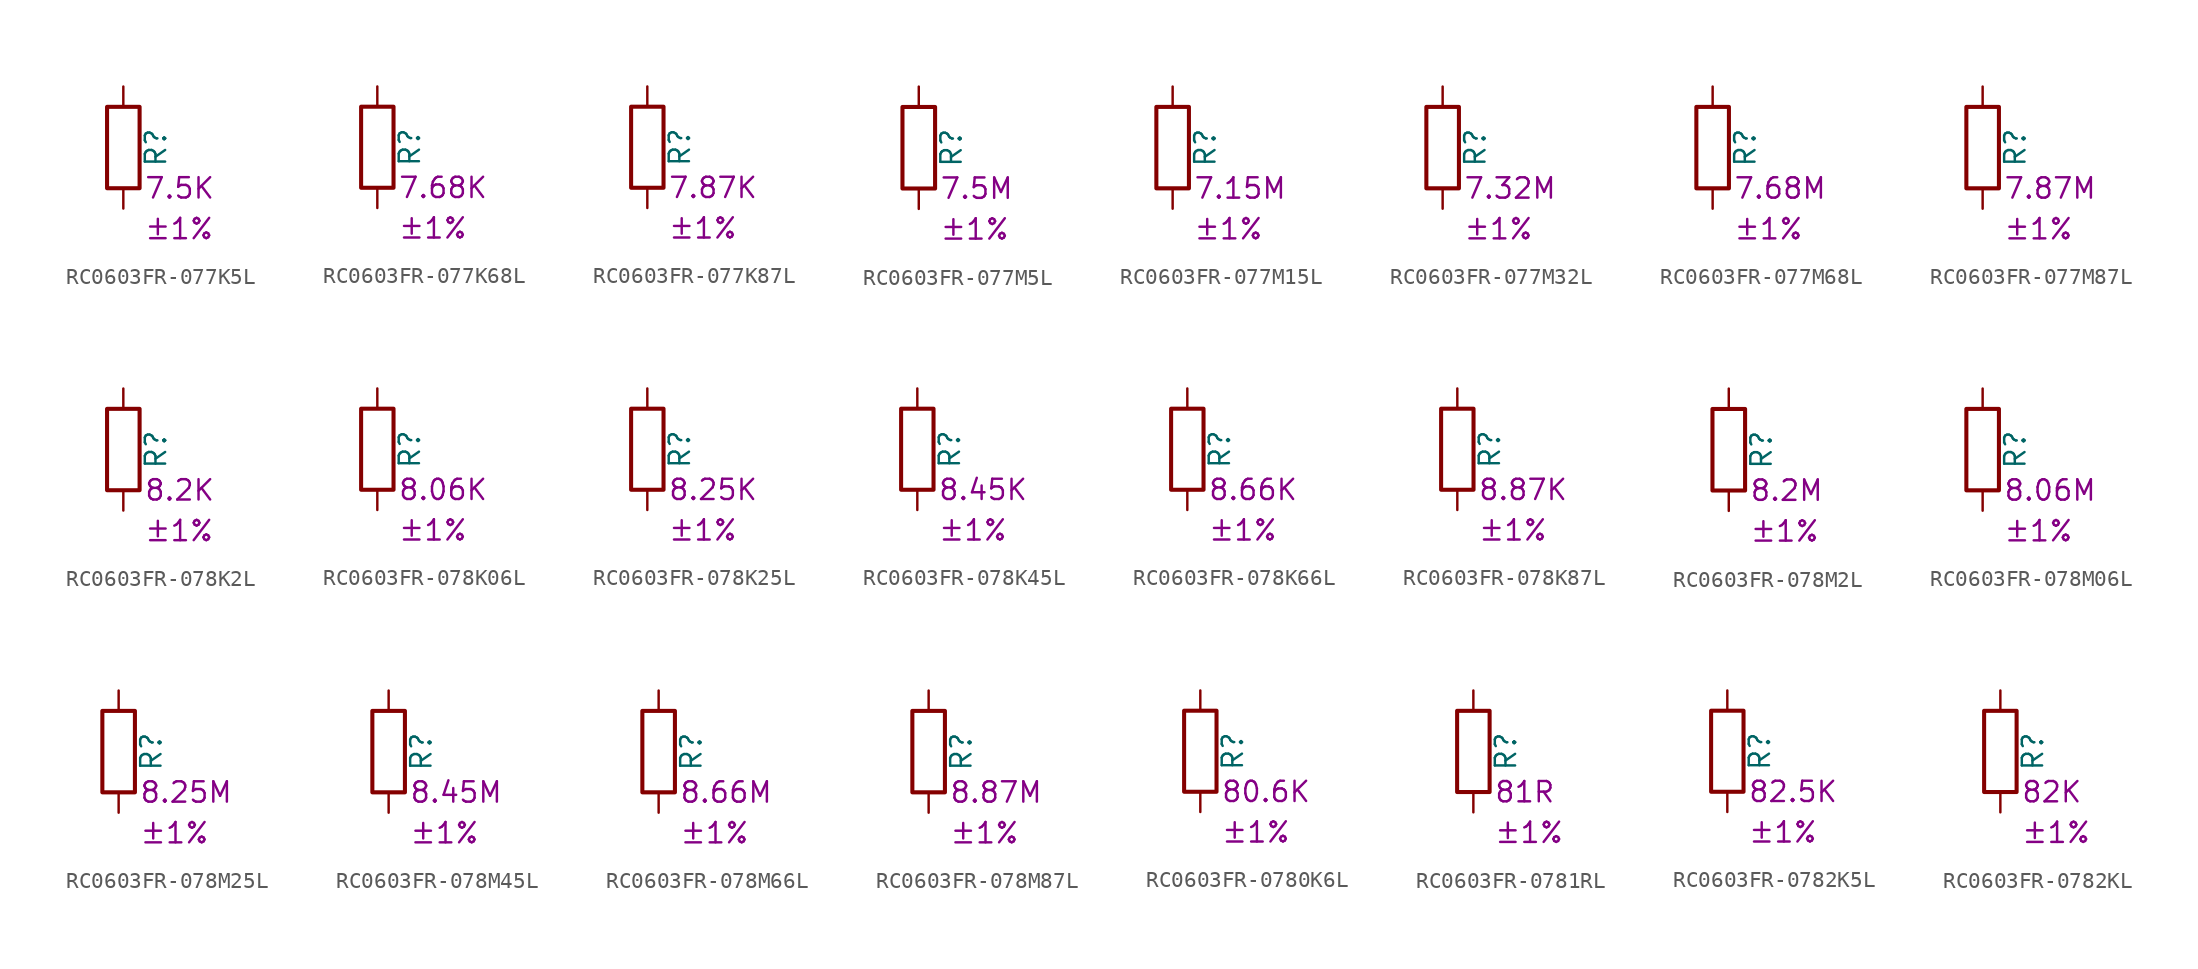
<source format=kicad_sym>
(kicad_symbol_lib
  (version 20220914)
  (generator kicad_symbol_editor)
  (symbol "RC0603FR-077K5L"
    (pin_numbers hide)
    (pin_names
      (offset 0))
    (property "Reference" "R"
      (at 2.032 0 90)
      (effects (font (size 1.27 1.27))))
    (property "Resistance" "7.5K"
      (at 1.27 -2.54 0)
      (effects (font (size 1.27 1.27)) (justify left)))
    (property "Tolerance" "±1%"
      (at 1.27 -5.08 0)
      (effects (font (size 1.27 1.27)) (justify left)))
    (symbol "RC0603FR-077K5L_0_1"
      (rectangle (start -1.016 -2.54) (end 1.016 2.54) (stroke (width 0.254) (type default)) (fill (type none))))
    (symbol "RC0603FR-077K5L_1_1"
      (pin passive line (at 0 3.81 270) (length 1.27) (name "~" (effects (font (size 1.27 1.27)))) (number "1" (effects (font (size 1.27 1.27)))))
      (pin passive line (at 0 -3.81 90) (length 1.27) (name "~" (effects (font (size 1.27 1.27)))) (number "2" (effects (font (size 1.27 1.27)))))))
  (symbol "RC0603FR-077K68L"
    (pin_numbers hide)
    (pin_names
      (offset 0))
    (property "Reference" "R"
      (at 2.032 0 90)
      (effects (font (size 1.27 1.27))))
    (property "Resistance" "7.68K"
      (at 1.27 -2.54 0)
      (effects (font (size 1.27 1.27)) (justify left)))
    (property "Tolerance" "±1%"
      (at 1.27 -5.08 0)
      (effects (font (size 1.27 1.27)) (justify left)))
    (symbol "RC0603FR-077K68L_0_1"
      (rectangle (start -1.016 -2.54) (end 1.016 2.54) (stroke (width 0.254) (type default)) (fill (type none))))
    (symbol "RC0603FR-077K68L_1_1"
      (pin passive line (at 0 3.81 270) (length 1.27) (name "~" (effects (font (size 1.27 1.27)))) (number "1" (effects (font (size 1.27 1.27)))))
      (pin passive line (at 0 -3.81 90) (length 1.27) (name "~" (effects (font (size 1.27 1.27)))) (number "2" (effects (font (size 1.27 1.27)))))))
  (symbol "RC0603FR-077K87L"
    (pin_numbers hide)
    (pin_names
      (offset 0))
    (property "Reference" "R"
      (at 2.032 0 90)
      (effects (font (size 1.27 1.27))))
    (property "Resistance" "7.87K"
      (at 1.27 -2.54 0)
      (effects (font (size 1.27 1.27)) (justify left)))
    (property "Tolerance" "±1%"
      (at 1.27 -5.08 0)
      (effects (font (size 1.27 1.27)) (justify left)))
    (symbol "RC0603FR-077K87L_0_1"
      (rectangle (start -1.016 -2.54) (end 1.016 2.54) (stroke (width 0.254) (type default)) (fill (type none))))
    (symbol "RC0603FR-077K87L_1_1"
      (pin passive line (at 0 3.81 270) (length 1.27) (name "~" (effects (font (size 1.27 1.27)))) (number "1" (effects (font (size 1.27 1.27)))))
      (pin passive line (at 0 -3.81 90) (length 1.27) (name "~" (effects (font (size 1.27 1.27)))) (number "2" (effects (font (size 1.27 1.27)))))))
  (symbol "RC0603FR-077M5L"
    (pin_numbers hide)
    (pin_names
      (offset 0))
    (property "Reference" "R"
      (at 2.032 0 90)
      (effects (font (size 1.27 1.27))))
    (property "Resistance" "7.5M"
      (at 1.27 -2.54 0)
      (effects (font (size 1.27 1.27)) (justify left)))
    (property "Tolerance" "±1%"
      (at 1.27 -5.08 0)
      (effects (font (size 1.27 1.27)) (justify left)))
    (symbol "RC0603FR-077M5L_0_1"
      (rectangle (start -1.016 -2.54) (end 1.016 2.54) (stroke (width 0.254) (type default)) (fill (type none))))
    (symbol "RC0603FR-077M5L_1_1"
      (pin passive line (at 0 3.81 270) (length 1.27) (name "~" (effects (font (size 1.27 1.27)))) (number "1" (effects (font (size 1.27 1.27)))))
      (pin passive line (at 0 -3.81 90) (length 1.27) (name "~" (effects (font (size 1.27 1.27)))) (number "2" (effects (font (size 1.27 1.27)))))))
  (symbol "RC0603FR-077M15L"
    (pin_numbers hide)
    (pin_names
      (offset 0))
    (property "Reference" "R"
      (at 2.032 0 90)
      (effects (font (size 1.27 1.27))))
    (property "Resistance" "7.15M"
      (at 1.27 -2.54 0)
      (effects (font (size 1.27 1.27)) (justify left)))
    (property "Tolerance" "±1%"
      (at 1.27 -5.08 0)
      (effects (font (size 1.27 1.27)) (justify left)))
    (symbol "RC0603FR-077M15L_0_1"
      (rectangle (start -1.016 -2.54) (end 1.016 2.54) (stroke (width 0.254) (type default)) (fill (type none))))
    (symbol "RC0603FR-077M15L_1_1"
      (pin passive line (at 0 3.81 270) (length 1.27) (name "~" (effects (font (size 1.27 1.27)))) (number "1" (effects (font (size 1.27 1.27)))))
      (pin passive line (at 0 -3.81 90) (length 1.27) (name "~" (effects (font (size 1.27 1.27)))) (number "2" (effects (font (size 1.27 1.27)))))))
  (symbol "RC0603FR-077M32L"
    (pin_numbers hide)
    (pin_names
      (offset 0))
    (property "Reference" "R"
      (at 2.032 0 90)
      (effects (font (size 1.27 1.27))))
    (property "Resistance" "7.32M"
      (at 1.27 -2.54 0)
      (effects (font (size 1.27 1.27)) (justify left)))
    (property "Tolerance" "±1%"
      (at 1.27 -5.08 0)
      (effects (font (size 1.27 1.27)) (justify left)))
    (symbol "RC0603FR-077M32L_0_1"
      (rectangle (start -1.016 -2.54) (end 1.016 2.54) (stroke (width 0.254) (type default)) (fill (type none))))
    (symbol "RC0603FR-077M32L_1_1"
      (pin passive line (at 0 3.81 270) (length 1.27) (name "~" (effects (font (size 1.27 1.27)))) (number "1" (effects (font (size 1.27 1.27)))))
      (pin passive line (at 0 -3.81 90) (length 1.27) (name "~" (effects (font (size 1.27 1.27)))) (number "2" (effects (font (size 1.27 1.27)))))))
  (symbol "RC0603FR-077M68L"
    (pin_numbers hide)
    (pin_names
      (offset 0))
    (property "Reference" "R"
      (at 2.032 0 90)
      (effects (font (size 1.27 1.27))))
    (property "Resistance" "7.68M"
      (at 1.27 -2.54 0)
      (effects (font (size 1.27 1.27)) (justify left)))
    (property "Tolerance" "±1%"
      (at 1.27 -5.08 0)
      (effects (font (size 1.27 1.27)) (justify left)))
    (symbol "RC0603FR-077M68L_0_1"
      (rectangle (start -1.016 -2.54) (end 1.016 2.54) (stroke (width 0.254) (type default)) (fill (type none))))
    (symbol "RC0603FR-077M68L_1_1"
      (pin passive line (at 0 3.81 270) (length 1.27) (name "~" (effects (font (size 1.27 1.27)))) (number "1" (effects (font (size 1.27 1.27)))))
      (pin passive line (at 0 -3.81 90) (length 1.27) (name "~" (effects (font (size 1.27 1.27)))) (number "2" (effects (font (size 1.27 1.27)))))))
  (symbol "RC0603FR-077M87L"
    (pin_numbers hide)
    (pin_names
      (offset 0))
    (property "Reference" "R"
      (at 2.032 0 90)
      (effects (font (size 1.27 1.27))))
    (property "Resistance" "7.87M"
      (at 1.27 -2.54 0)
      (effects (font (size 1.27 1.27)) (justify left)))
    (property "Tolerance" "±1%"
      (at 1.27 -5.08 0)
      (effects (font (size 1.27 1.27)) (justify left)))
    (symbol "RC0603FR-077M87L_0_1"
      (rectangle (start -1.016 -2.54) (end 1.016 2.54) (stroke (width 0.254) (type default)) (fill (type none))))
    (symbol "RC0603FR-077M87L_1_1"
      (pin passive line (at 0 3.81 270) (length 1.27) (name "~" (effects (font (size 1.27 1.27)))) (number "1" (effects (font (size 1.27 1.27)))))
      (pin passive line (at 0 -3.81 90) (length 1.27) (name "~" (effects (font (size 1.27 1.27)))) (number "2" (effects (font (size 1.27 1.27)))))))
  (symbol "RC0603FR-078K2L"
    (pin_numbers hide)
    (pin_names
      (offset 0))
    (property "Reference" "R"
      (at 2.032 0 90)
      (effects (font (size 1.27 1.27))))
    (property "Resistance" "8.2K"
      (at 1.27 -2.54 0)
      (effects (font (size 1.27 1.27)) (justify left)))
    (property "Tolerance" "±1%"
      (at 1.27 -5.08 0)
      (effects (font (size 1.27 1.27)) (justify left)))
    (symbol "RC0603FR-078K2L_0_1"
      (rectangle (start -1.016 -2.54) (end 1.016 2.54) (stroke (width 0.254) (type default)) (fill (type none))))
    (symbol "RC0603FR-078K2L_1_1"
      (pin passive line (at 0 3.81 270) (length 1.27) (name "~" (effects (font (size 1.27 1.27)))) (number "1" (effects (font (size 1.27 1.27)))))
      (pin passive line (at 0 -3.81 90) (length 1.27) (name "~" (effects (font (size 1.27 1.27)))) (number "2" (effects (font (size 1.27 1.27)))))))
  (symbol "RC0603FR-078K06L"
    (pin_numbers hide)
    (pin_names
      (offset 0))
    (property "Reference" "R"
      (at 2.032 0 90)
      (effects (font (size 1.27 1.27))))
    (property "Resistance" "8.06K"
      (at 1.27 -2.54 0)
      (effects (font (size 1.27 1.27)) (justify left)))
    (property "Tolerance" "±1%"
      (at 1.27 -5.08 0)
      (effects (font (size 1.27 1.27)) (justify left)))
    (symbol "RC0603FR-078K06L_0_1"
      (rectangle (start -1.016 -2.54) (end 1.016 2.54) (stroke (width 0.254) (type default)) (fill (type none))))
    (symbol "RC0603FR-078K06L_1_1"
      (pin passive line (at 0 3.81 270) (length 1.27) (name "~" (effects (font (size 1.27 1.27)))) (number "1" (effects (font (size 1.27 1.27)))))
      (pin passive line (at 0 -3.81 90) (length 1.27) (name "~" (effects (font (size 1.27 1.27)))) (number "2" (effects (font (size 1.27 1.27)))))))
  (symbol "RC0603FR-078K25L"
    (pin_numbers hide)
    (pin_names
      (offset 0))
    (property "Reference" "R"
      (at 2.032 0 90)
      (effects (font (size 1.27 1.27))))
    (property "Resistance" "8.25K"
      (at 1.27 -2.54 0)
      (effects (font (size 1.27 1.27)) (justify left)))
    (property "Tolerance" "±1%"
      (at 1.27 -5.08 0)
      (effects (font (size 1.27 1.27)) (justify left)))
    (symbol "RC0603FR-078K25L_0_1"
      (rectangle (start -1.016 -2.54) (end 1.016 2.54) (stroke (width 0.254) (type default)) (fill (type none))))
    (symbol "RC0603FR-078K25L_1_1"
      (pin passive line (at 0 3.81 270) (length 1.27) (name "~" (effects (font (size 1.27 1.27)))) (number "1" (effects (font (size 1.27 1.27)))))
      (pin passive line (at 0 -3.81 90) (length 1.27) (name "~" (effects (font (size 1.27 1.27)))) (number "2" (effects (font (size 1.27 1.27)))))))
  (symbol "RC0603FR-078K45L"
    (pin_numbers hide)
    (pin_names
      (offset 0))
    (property "Reference" "R"
      (at 2.032 0 90)
      (effects (font (size 1.27 1.27))))
    (property "Resistance" "8.45K"
      (at 1.27 -2.54 0)
      (effects (font (size 1.27 1.27)) (justify left)))
    (property "Tolerance" "±1%"
      (at 1.27 -5.08 0)
      (effects (font (size 1.27 1.27)) (justify left)))
    (symbol "RC0603FR-078K45L_0_1"
      (rectangle (start -1.016 -2.54) (end 1.016 2.54) (stroke (width 0.254) (type default)) (fill (type none))))
    (symbol "RC0603FR-078K45L_1_1"
      (pin passive line (at 0 3.81 270) (length 1.27) (name "~" (effects (font (size 1.27 1.27)))) (number "1" (effects (font (size 1.27 1.27)))))
      (pin passive line (at 0 -3.81 90) (length 1.27) (name "~" (effects (font (size 1.27 1.27)))) (number "2" (effects (font (size 1.27 1.27)))))))
  (symbol "RC0603FR-078K66L"
    (pin_numbers hide)
    (pin_names
      (offset 0))
    (property "Reference" "R"
      (at 2.032 0 90)
      (effects (font (size 1.27 1.27))))
    (property "Resistance" "8.66K"
      (at 1.27 -2.54 0)
      (effects (font (size 1.27 1.27)) (justify left)))
    (property "Tolerance" "±1%"
      (at 1.27 -5.08 0)
      (effects (font (size 1.27 1.27)) (justify left)))
    (symbol "RC0603FR-078K66L_0_1"
      (rectangle (start -1.016 -2.54) (end 1.016 2.54) (stroke (width 0.254) (type default)) (fill (type none))))
    (symbol "RC0603FR-078K66L_1_1"
      (pin passive line (at 0 3.81 270) (length 1.27) (name "~" (effects (font (size 1.27 1.27)))) (number "1" (effects (font (size 1.27 1.27)))))
      (pin passive line (at 0 -3.81 90) (length 1.27) (name "~" (effects (font (size 1.27 1.27)))) (number "2" (effects (font (size 1.27 1.27)))))))
  (symbol "RC0603FR-078K87L"
    (pin_numbers hide)
    (pin_names
      (offset 0))
    (property "Reference" "R"
      (at 2.032 0 90)
      (effects (font (size 1.27 1.27))))
    (property "Resistance" "8.87K"
      (at 1.27 -2.54 0)
      (effects (font (size 1.27 1.27)) (justify left)))
    (property "Tolerance" "±1%"
      (at 1.27 -5.08 0)
      (effects (font (size 1.27 1.27)) (justify left)))
    (symbol "RC0603FR-078K87L_0_1"
      (rectangle (start -1.016 -2.54) (end 1.016 2.54) (stroke (width 0.254) (type default)) (fill (type none))))
    (symbol "RC0603FR-078K87L_1_1"
      (pin passive line (at 0 3.81 270) (length 1.27) (name "~" (effects (font (size 1.27 1.27)))) (number "1" (effects (font (size 1.27 1.27)))))
      (pin passive line (at 0 -3.81 90) (length 1.27) (name "~" (effects (font (size 1.27 1.27)))) (number "2" (effects (font (size 1.27 1.27)))))))
  (symbol "RC0603FR-078M2L"
    (pin_numbers hide)
    (pin_names
      (offset 0))
    (property "Reference" "R"
      (at 2.032 0 90)
      (effects (font (size 1.27 1.27))))
    (property "Resistance" "8.2M"
      (at 1.27 -2.54 0)
      (effects (font (size 1.27 1.27)) (justify left)))
    (property "Tolerance" "±1%"
      (at 1.27 -5.08 0)
      (effects (font (size 1.27 1.27)) (justify left)))
    (symbol "RC0603FR-078M2L_0_1"
      (rectangle (start -1.016 -2.54) (end 1.016 2.54) (stroke (width 0.254) (type default)) (fill (type none))))
    (symbol "RC0603FR-078M2L_1_1"
      (pin passive line (at 0 3.81 270) (length 1.27) (name "~" (effects (font (size 1.27 1.27)))) (number "1" (effects (font (size 1.27 1.27)))))
      (pin passive line (at 0 -3.81 90) (length 1.27) (name "~" (effects (font (size 1.27 1.27)))) (number "2" (effects (font (size 1.27 1.27)))))))
  (symbol "RC0603FR-078M06L"
    (pin_numbers hide)
    (pin_names
      (offset 0))
    (property "Reference" "R"
      (at 2.032 0 90)
      (effects (font (size 1.27 1.27))))
    (property "Resistance" "8.06M"
      (at 1.27 -2.54 0)
      (effects (font (size 1.27 1.27)) (justify left)))
    (property "Tolerance" "±1%"
      (at 1.27 -5.08 0)
      (effects (font (size 1.27 1.27)) (justify left)))
    (symbol "RC0603FR-078M06L_0_1"
      (rectangle (start -1.016 -2.54) (end 1.016 2.54) (stroke (width 0.254) (type default)) (fill (type none))))
    (symbol "RC0603FR-078M06L_1_1"
      (pin passive line (at 0 3.81 270) (length 1.27) (name "~" (effects (font (size 1.27 1.27)))) (number "1" (effects (font (size 1.27 1.27)))))
      (pin passive line (at 0 -3.81 90) (length 1.27) (name "~" (effects (font (size 1.27 1.27)))) (number "2" (effects (font (size 1.27 1.27)))))))
  (symbol "RC0603FR-078M25L"
    (pin_numbers hide)
    (pin_names
      (offset 0))
    (property "Reference" "R"
      (at 2.032 0 90)
      (effects (font (size 1.27 1.27))))
    (property "Resistance" "8.25M"
      (at 1.27 -2.54 0)
      (effects (font (size 1.27 1.27)) (justify left)))
    (property "Tolerance" "±1%"
      (at 1.27 -5.08 0)
      (effects (font (size 1.27 1.27)) (justify left)))
    (symbol "RC0603FR-078M25L_0_1"
      (rectangle (start -1.016 -2.54) (end 1.016 2.54) (stroke (width 0.254) (type default)) (fill (type none))))
    (symbol "RC0603FR-078M25L_1_1"
      (pin passive line (at 0 3.81 270) (length 1.27) (name "~" (effects (font (size 1.27 1.27)))) (number "1" (effects (font (size 1.27 1.27)))))
      (pin passive line (at 0 -3.81 90) (length 1.27) (name "~" (effects (font (size 1.27 1.27)))) (number "2" (effects (font (size 1.27 1.27)))))))
  (symbol "RC0603FR-078M45L"
    (pin_numbers hide)
    (pin_names
      (offset 0))
    (property "Reference" "R"
      (at 2.032 0 90)
      (effects (font (size 1.27 1.27))))
    (property "Resistance" "8.45M"
      (at 1.27 -2.54 0)
      (effects (font (size 1.27 1.27)) (justify left)))
    (property "Tolerance" "±1%"
      (at 1.27 -5.08 0)
      (effects (font (size 1.27 1.27)) (justify left)))
    (symbol "RC0603FR-078M45L_0_1"
      (rectangle (start -1.016 -2.54) (end 1.016 2.54) (stroke (width 0.254) (type default)) (fill (type none))))
    (symbol "RC0603FR-078M45L_1_1"
      (pin passive line (at 0 3.81 270) (length 1.27) (name "~" (effects (font (size 1.27 1.27)))) (number "1" (effects (font (size 1.27 1.27)))))
      (pin passive line (at 0 -3.81 90) (length 1.27) (name "~" (effects (font (size 1.27 1.27)))) (number "2" (effects (font (size 1.27 1.27)))))))
  (symbol "RC0603FR-078M66L"
    (pin_numbers hide)
    (pin_names
      (offset 0))
    (property "Reference" "R"
      (at 2.032 0 90)
      (effects (font (size 1.27 1.27))))
    (property "Resistance" "8.66M"
      (at 1.27 -2.54 0)
      (effects (font (size 1.27 1.27)) (justify left)))
    (property "Tolerance" "±1%"
      (at 1.27 -5.08 0)
      (effects (font (size 1.27 1.27)) (justify left)))
    (symbol "RC0603FR-078M66L_0_1"
      (rectangle (start -1.016 -2.54) (end 1.016 2.54) (stroke (width 0.254) (type default)) (fill (type none))))
    (symbol "RC0603FR-078M66L_1_1"
      (pin passive line (at 0 3.81 270) (length 1.27) (name "~" (effects (font (size 1.27 1.27)))) (number "1" (effects (font (size 1.27 1.27)))))
      (pin passive line (at 0 -3.81 90) (length 1.27) (name "~" (effects (font (size 1.27 1.27)))) (number "2" (effects (font (size 1.27 1.27)))))))
  (symbol "RC0603FR-078M87L"
    (pin_numbers hide)
    (pin_names
      (offset 0))
    (property "Reference" "R"
      (at 2.032 0 90)
      (effects (font (size 1.27 1.27))))
    (property "Resistance" "8.87M"
      (at 1.27 -2.54 0)
      (effects (font (size 1.27 1.27)) (justify left)))
    (property "Tolerance" "±1%"
      (at 1.27 -5.08 0)
      (effects (font (size 1.27 1.27)) (justify left)))
    (symbol "RC0603FR-078M87L_0_1"
      (rectangle (start -1.016 -2.54) (end 1.016 2.54) (stroke (width 0.254) (type default)) (fill (type none))))
    (symbol "RC0603FR-078M87L_1_1"
      (pin passive line (at 0 3.81 270) (length 1.27) (name "~" (effects (font (size 1.27 1.27)))) (number "1" (effects (font (size 1.27 1.27)))))
      (pin passive line (at 0 -3.81 90) (length 1.27) (name "~" (effects (font (size 1.27 1.27)))) (number "2" (effects (font (size 1.27 1.27)))))))
  (symbol "RC0603FR-0780K6L"
    (pin_numbers hide)
    (pin_names
      (offset 0))
    (property "Reference" "R"
      (at 2.032 0 90)
      (effects (font (size 1.27 1.27))))
    (property "Resistance" "80.6K"
      (at 1.27 -2.54 0)
      (effects (font (size 1.27 1.27)) (justify left)))
    (property "Tolerance" "±1%"
      (at 1.27 -5.08 0)
      (effects (font (size 1.27 1.27)) (justify left)))
    (symbol "RC0603FR-0780K6L_0_1"
      (rectangle (start -1.016 -2.54) (end 1.016 2.54) (stroke (width 0.254) (type default)) (fill (type none))))
    (symbol "RC0603FR-0780K6L_1_1"
      (pin passive line (at 0 3.81 270) (length 1.27) (name "~" (effects (font (size 1.27 1.27)))) (number "1" (effects (font (size 1.27 1.27)))))
      (pin passive line (at 0 -3.81 90) (length 1.27) (name "~" (effects (font (size 1.27 1.27)))) (number "2" (effects (font (size 1.27 1.27)))))))
  (symbol "RC0603FR-0781RL"
    (pin_numbers hide)
    (pin_names
      (offset 0))
    (property "Reference" "R"
      (at 2.032 0 90)
      (effects (font (size 1.27 1.27))))
    (property "Resistance" "81R"
      (at 1.27 -2.54 0)
      (effects (font (size 1.27 1.27)) (justify left)))
    (property "Tolerance" "±1%"
      (at 1.27 -5.08 0)
      (effects (font (size 1.27 1.27)) (justify left)))
    (symbol "RC0603FR-0781RL_0_1"
      (rectangle (start -1.016 -2.54) (end 1.016 2.54) (stroke (width 0.254) (type default)) (fill (type none))))
    (symbol "RC0603FR-0781RL_1_1"
      (pin passive line (at 0 3.81 270) (length 1.27) (name "~" (effects (font (size 1.27 1.27)))) (number "1" (effects (font (size 1.27 1.27)))))
      (pin passive line (at 0 -3.81 90) (length 1.27) (name "~" (effects (font (size 1.27 1.27)))) (number "2" (effects (font (size 1.27 1.27)))))))
  (symbol "RC0603FR-0782K5L"
    (pin_numbers hide)
    (pin_names
      (offset 0))
    (property "Reference" "R"
      (at 2.032 0 90)
      (effects (font (size 1.27 1.27))))
    (property "Resistance" "82.5K"
      (at 1.27 -2.54 0)
      (effects (font (size 1.27 1.27)) (justify left)))
    (property "Tolerance" "±1%"
      (at 1.27 -5.08 0)
      (effects (font (size 1.27 1.27)) (justify left)))
    (symbol "RC0603FR-0782K5L_0_1"
      (rectangle (start -1.016 -2.54) (end 1.016 2.54) (stroke (width 0.254) (type default)) (fill (type none))))
    (symbol "RC0603FR-0782K5L_1_1"
      (pin passive line (at 0 3.81 270) (length 1.27) (name "~" (effects (font (size 1.27 1.27)))) (number "1" (effects (font (size 1.27 1.27)))))
      (pin passive line (at 0 -3.81 90) (length 1.27) (name "~" (effects (font (size 1.27 1.27)))) (number "2" (effects (font (size 1.27 1.27)))))))
  (symbol "RC0603FR-0782KL"
    (pin_numbers hide)
    (pin_names
      (offset 0))
    (property "Reference" "R"
      (at 2.032 0 90)
      (effects (font (size 1.27 1.27))))
    (property "Resistance" "82K"
      (at 1.27 -2.54 0)
      (effects (font (size 1.27 1.27)) (justify left)))
    (property "Tolerance" "±1%"
      (at 1.27 -5.08 0)
      (effects (font (size 1.27 1.27)) (justify left)))
    (symbol "RC0603FR-0782KL_0_1"
      (rectangle (start -1.016 -2.54) (end 1.016 2.54) (stroke (width 0.254) (type default)) (fill (type none))))
    (symbol "RC0603FR-0782KL_1_1"
      (pin passive line (at 0 3.81 270) (length 1.27) (name "~" (effects (font (size 1.27 1.27)))) (number "1" (effects (font (size 1.27 1.27)))))
      (pin passive line (at 0 -3.81 90) (length 1.27) (name "~" (effects (font (size 1.27 1.27)))) (number "2" (effects (font (size 1.27 1.27))))))))
</source>
